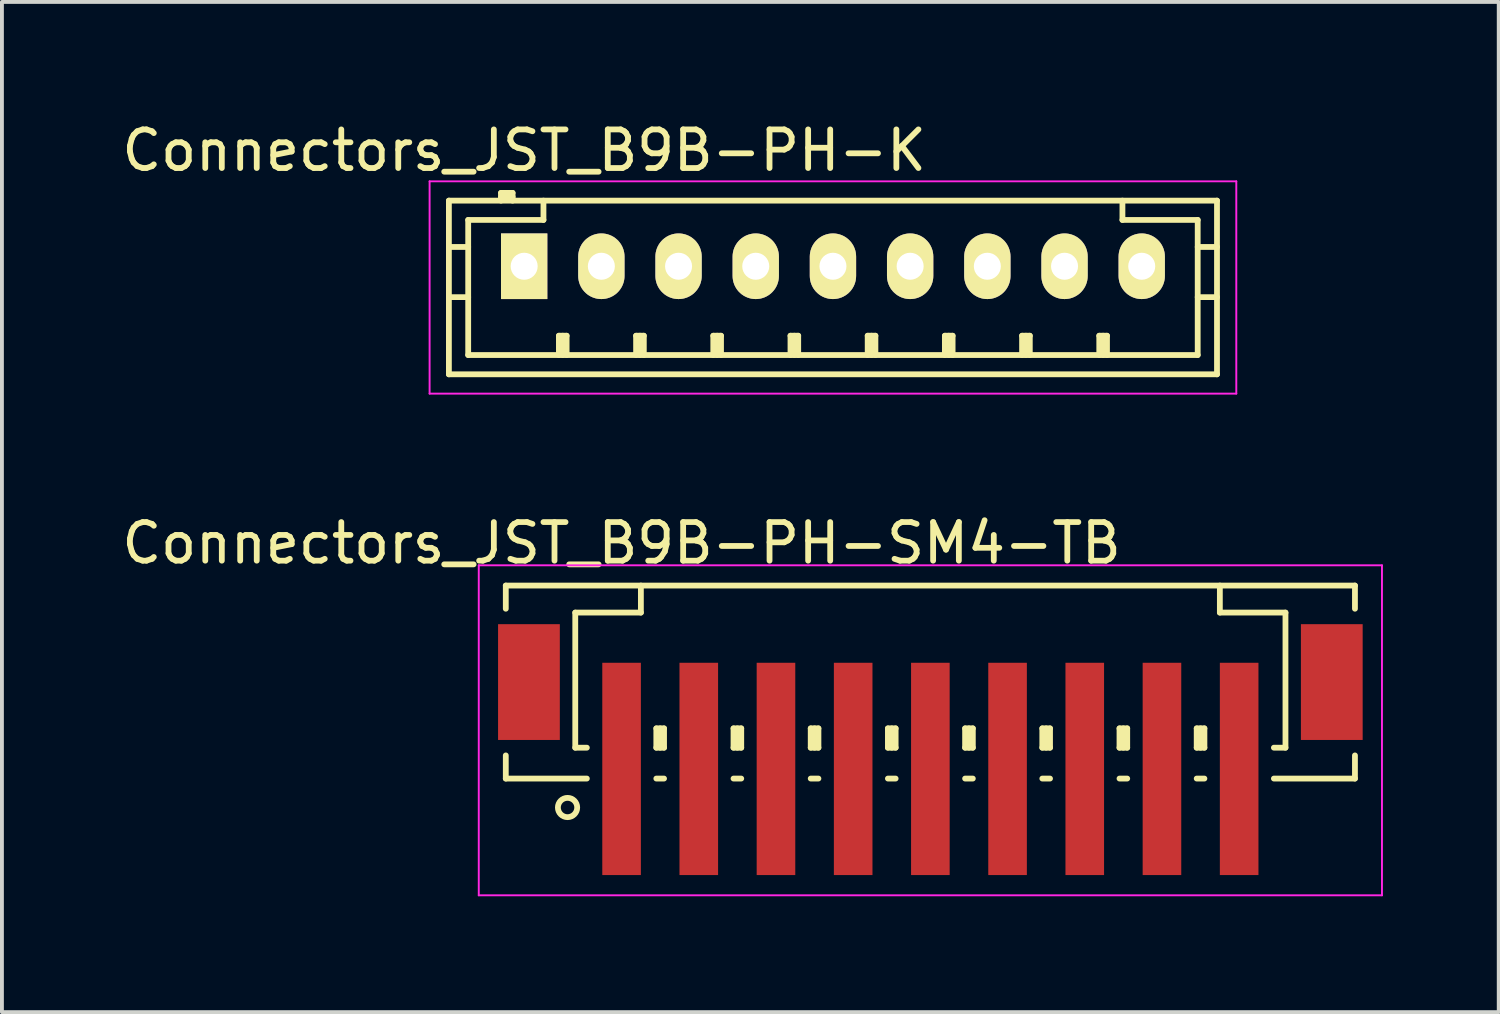
<source format=kicad_pcb>
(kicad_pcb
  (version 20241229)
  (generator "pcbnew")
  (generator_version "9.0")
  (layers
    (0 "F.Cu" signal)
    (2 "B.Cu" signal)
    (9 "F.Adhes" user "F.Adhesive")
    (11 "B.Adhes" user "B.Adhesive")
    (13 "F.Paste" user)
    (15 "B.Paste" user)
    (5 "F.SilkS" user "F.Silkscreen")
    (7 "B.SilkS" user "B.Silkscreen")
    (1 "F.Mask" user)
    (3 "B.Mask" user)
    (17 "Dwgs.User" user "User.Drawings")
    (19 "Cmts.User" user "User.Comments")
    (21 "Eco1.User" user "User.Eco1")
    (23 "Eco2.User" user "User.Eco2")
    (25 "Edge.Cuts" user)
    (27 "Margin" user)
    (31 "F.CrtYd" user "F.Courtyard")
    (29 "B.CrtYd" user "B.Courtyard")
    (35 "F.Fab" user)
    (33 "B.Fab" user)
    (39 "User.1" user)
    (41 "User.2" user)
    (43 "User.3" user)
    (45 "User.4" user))
  (footprint "Connectors_JST_B9B-PH-SM4-TB"
    (layer "F.Cu")
    (at 21.054 15.746)
    (property "Reference" "Connectors_JST_B9B-PH-SM4-TB" (at -8 -4.725 0) (layer "F.SilkS") (effects (font (size 1 1) (thickness 0.15))))
    (attr smd)
    (fp_line (start -11 -3.625) (end 11 -3.625) (stroke (width 0.15) (type solid)) (layer "F.SilkS"))
    (fp_line (start -11 -3.025) (end -11 -3.625) (stroke (width 0.15) (type solid)) (layer "F.SilkS"))
    (fp_line (start -11 0.775) (end -11 1.375) (stroke (width 0.15) (type solid)) (layer "F.SilkS"))
    (fp_line (start -11 1.375) (end -8.9 1.375) (stroke (width 0.15) (type solid)) (layer "F.SilkS"))
    (fp_line (start -9.2 -2.925) (end -9.2 0.575) (stroke (width 0.15) (type solid)) (layer "F.SilkS"))
    (fp_line (start -9.2 0.575) (end -8.9 0.575) (stroke (width 0.15) (type solid)) (layer "F.SilkS"))
    (fp_line (start -7.5 -3.625) (end -7.5 -2.925) (stroke (width 0.15) (type solid)) (layer "F.SilkS"))
    (fp_line (start -7.5 -2.925) (end -9.2 -2.925) (stroke (width 0.15) (type solid)) (layer "F.SilkS"))
    (fp_line (start -7.1 0.075) (end -6.9 0.075) (stroke (width 0.15) (type solid)) (layer "F.SilkS"))
    (fp_line (start -7.1 0.575) (end -7.1 0.075) (stroke (width 0.15) (type solid)) (layer "F.SilkS"))
    (fp_line (start -7.1 0.575) (end -6.9 0.575) (stroke (width 0.15) (type solid)) (layer "F.SilkS"))
    (fp_line (start -7.1 1.375) (end -6.9 1.375) (stroke (width 0.15) (type solid)) (layer "F.SilkS"))
    (fp_line (start -7 0.575) (end -7 0.075) (stroke (width 0.15) (type solid)) (layer "F.SilkS"))
    (fp_line (start -6.9 0.075) (end -6.9 0.575) (stroke (width 0.15) (type solid)) (layer "F.SilkS"))
    (fp_line (start -5.1 0.075) (end -4.9 0.075) (stroke (width 0.15) (type solid)) (layer "F.SilkS"))
    (fp_line (start -5.1 0.575) (end -5.1 0.075) (stroke (width 0.15) (type solid)) (layer "F.SilkS"))
    (fp_line (start -5.1 0.575) (end -4.9 0.575) (stroke (width 0.15) (type solid)) (layer "F.SilkS"))
    (fp_line (start -5.1 1.375) (end -4.9 1.375) (stroke (width 0.15) (type solid)) (layer "F.SilkS"))
    (fp_line (start -5 0.575) (end -5 0.075) (stroke (width 0.15) (type solid)) (layer "F.SilkS"))
    (fp_line (start -4.9 0.075) (end -4.9 0.575) (stroke (width 0.15) (type solid)) (layer "F.SilkS"))
    (fp_line (start -3.1 0.075) (end -2.9 0.075) (stroke (width 0.15) (type solid)) (layer "F.SilkS"))
    (fp_line (start -3.1 0.575) (end -3.1 0.075) (stroke (width 0.15) (type solid)) (layer "F.SilkS"))
    (fp_line (start -3.1 0.575) (end -2.9 0.575) (stroke (width 0.15) (type solid)) (layer "F.SilkS"))
    (fp_line (start -3.1 1.375) (end -2.9 1.375) (stroke (width 0.15) (type solid)) (layer "F.SilkS"))
    (fp_line (start -3 0.575) (end -3 0.075) (stroke (width 0.15) (type solid)) (layer "F.SilkS"))
    (fp_line (start -2.9 0.075) (end -2.9 0.575) (stroke (width 0.15) (type solid)) (layer "F.SilkS"))
    (fp_line (start -1.1 0.075) (end -0.9 0.075) (stroke (width 0.15) (type solid)) (layer "F.SilkS"))
    (fp_line (start -1.1 0.575) (end -1.1 0.075) (stroke (width 0.15) (type solid)) (layer "F.SilkS"))
    (fp_line (start -1.1 0.575) (end -0.9 0.575) (stroke (width 0.15) (type solid)) (layer "F.SilkS"))
    (fp_line (start -1.1 1.375) (end -0.9 1.375) (stroke (width 0.15) (type solid)) (layer "F.SilkS"))
    (fp_line (start -1 0.575) (end -1 0.075) (stroke (width 0.15) (type solid)) (layer "F.SilkS"))
    (fp_line (start -0.9 0.075) (end -0.9 0.575) (stroke (width 0.15) (type solid)) (layer "F.SilkS"))
    (fp_line (start 0.9 0.075) (end 1.1 0.075) (stroke (width 0.15) (type solid)) (layer "F.SilkS"))
    (fp_line (start 0.9 0.575) (end 0.9 0.075) (stroke (width 0.15) (type solid)) (layer "F.SilkS"))
    (fp_line (start 0.9 0.575) (end 1.1 0.575) (stroke (width 0.15) (type solid)) (layer "F.SilkS"))
    (fp_line (start 0.9 1.375) (end 1.1 1.375) (stroke (width 0.15) (type solid)) (layer "F.SilkS"))
    (fp_line (start 1 0.575) (end 1 0.075) (stroke (width 0.15) (type solid)) (layer "F.SilkS"))
    (fp_line (start 1.1 0.075) (end 1.1 0.575) (stroke (width 0.15) (type solid)) (layer "F.SilkS"))
    (fp_line (start 2.9 0.075) (end 3.1 0.075) (stroke (width 0.15) (type solid)) (layer "F.SilkS"))
    (fp_line (start 2.9 0.575) (end 2.9 0.075) (stroke (width 0.15) (type solid)) (layer "F.SilkS"))
    (fp_line (start 2.9 0.575) (end 3.1 0.575) (stroke (width 0.15) (type solid)) (layer "F.SilkS"))
    (fp_line (start 2.9 1.375) (end 3.1 1.375) (stroke (width 0.15) (type solid)) (layer "F.SilkS"))
    (fp_line (start 3 0.575) (end 3 0.075) (stroke (width 0.15) (type solid)) (layer "F.SilkS"))
    (fp_line (start 3.1 0.075) (end 3.1 0.575) (stroke (width 0.15) (type solid)) (layer "F.SilkS"))
    (fp_line (start 4.9 0.075) (end 5.1 0.075) (stroke (width 0.15) (type solid)) (layer "F.SilkS"))
    (fp_line (start 4.9 0.575) (end 4.9 0.075) (stroke (width 0.15) (type solid)) (layer "F.SilkS"))
    (fp_line (start 4.9 0.575) (end 5.1 0.575) (stroke (width 0.15) (type solid)) (layer "F.SilkS"))
    (fp_line (start 4.9 1.375) (end 5.1 1.375) (stroke (width 0.15) (type solid)) (layer "F.SilkS"))
    (fp_line (start 5 0.575) (end 5 0.075) (stroke (width 0.15) (type solid)) (layer "F.SilkS"))
    (fp_line (start 5.1 0.075) (end 5.1 0.575) (stroke (width 0.15) (type solid)) (layer "F.SilkS"))
    (fp_line (start 6.9 0.075) (end 7.1 0.075) (stroke (width 0.15) (type solid)) (layer "F.SilkS"))
    (fp_line (start 6.9 0.575) (end 6.9 0.075) (stroke (width 0.15) (type solid)) (layer "F.SilkS"))
    (fp_line (start 6.9 0.575) (end 7.1 0.575) (stroke (width 0.15) (type solid)) (layer "F.SilkS"))
    (fp_line (start 6.9 1.375) (end 7.1 1.375) (stroke (width 0.15) (type solid)) (layer "F.SilkS"))
    (fp_line (start 7 0.575) (end 7 0.075) (stroke (width 0.15) (type solid)) (layer "F.SilkS"))
    (fp_line (start 7.1 0.075) (end 7.1 0.575) (stroke (width 0.15) (type solid)) (layer "F.SilkS"))
    (fp_line (start 7.5 -3.625) (end 7.5 -2.925) (stroke (width 0.15) (type solid)) (layer "F.SilkS"))
    (fp_line (start 7.5 -2.925) (end 9.2 -2.925) (stroke (width 0.15) (type solid)) (layer "F.SilkS"))
    (fp_line (start 9.2 -2.925) (end 9.2 0.575) (stroke (width 0.15) (type solid)) (layer "F.SilkS"))
    (fp_line (start 9.2 0.575) (end 8.9 0.575) (stroke (width 0.15) (type solid)) (layer "F.SilkS"))
    (fp_line (start 11 -3.625) (end 11 -3.025) (stroke (width 0.15) (type solid)) (layer "F.SilkS"))
    (fp_line (start 11 0.775) (end 11 1.375) (stroke (width 0.15) (type solid)) (layer "F.SilkS"))
    (fp_line (start 11 1.375) (end 8.9 1.375) (stroke (width 0.15) (type solid)) (layer "F.SilkS"))
    (fp_circle (center -9.4 2.125) (end -9.15 2.125) (stroke (width 0.15) (type solid)) (fill no) (layer "F.SilkS"))
    (fp_line (start -11.7 -4.15) (end 11.7 -4.15) (stroke (width 0.05) (type solid)) (layer "F.CrtYd"))
    (fp_line (start -11.7 4.4) (end -11.7 -4.15) (stroke (width 0.05) (type solid)) (layer "F.CrtYd"))
    (fp_line (start 11.7 -4.15) (end 11.7 4.4) (stroke (width 0.05) (type solid)) (layer "F.CrtYd"))
    (fp_line (start 11.7 4.4) (end -11.7 4.4) (stroke (width 0.05) (type solid)) (layer "F.CrtYd"))
    (pad "" smd rect (at -10.4 -1.125) (size 1.6 3) (layers "F.Cu" "F.Mask" "F.Paste"))
    (pad "" smd rect (at 10.4 -1.125) (size 1.6 3) (layers "F.Cu" "F.Mask" "F.Paste"))
    (pad "1" smd rect (at -8 1.125) (size 1 5.5) (layers "F.Cu" "F.Mask" "F.Paste"))
    (pad "2" smd rect (at -6 1.125) (size 1 5.5) (layers "F.Cu" "F.Mask" "F.Paste"))
    (pad "3" smd rect (at -4 1.125) (size 1 5.5) (layers "F.Cu" "F.Mask" "F.Paste"))
    (pad "4" smd rect (at -2 1.125) (size 1 5.5) (layers "F.Cu" "F.Mask" "F.Paste"))
    (pad "5" smd rect (at 0 1.125) (size 1 5.5) (layers "F.Cu" "F.Mask" "F.Paste"))
    (pad "6" smd rect (at 2 1.125) (size 1 5.5) (layers "F.Cu" "F.Mask" "F.Paste"))
    (pad "7" smd rect (at 4 1.125) (size 1 5.5) (layers "F.Cu" "F.Mask" "F.Paste"))
    (pad "8" smd rect (at 6 1.125) (size 1 5.5) (layers "F.Cu" "F.Mask" "F.Paste"))
    (pad "9" smd rect (at 8 1.125) (size 1 5.5) (layers "F.Cu" "F.Mask" "F.Paste")))
  (footprint "Connectors_JST_B9B-PH-K"
    (layer "F.Cu")
    (at 10.53 3.848)
    (property "Reference" "Connectors_JST_B9B-PH-K" (at 0 -3 0) (layer "F.SilkS") (effects (font (size 1 1) (thickness 0.15))))
    (attr through_hole)
    (fp_line (start -1.95 -1.7) (end 17.95 -1.7) (stroke (width 0.15) (type solid)) (layer "F.SilkS"))
    (fp_line (start -1.95 -0.5) (end -1.45 -0.5) (stroke (width 0.15) (type solid)) (layer "F.SilkS"))
    (fp_line (start -1.95 0.8) (end -1.45 0.8) (stroke (width 0.15) (type solid)) (layer "F.SilkS"))
    (fp_line (start -1.95 2.8) (end -1.95 -1.7) (stroke (width 0.15) (type solid)) (layer "F.SilkS"))
    (fp_line (start -1.45 -1.2) (end -1.45 2.3) (stroke (width 0.15) (type solid)) (layer "F.SilkS"))
    (fp_line (start -1.45 2.3) (end 17.45 2.3) (stroke (width 0.15) (type solid)) (layer "F.SilkS"))
    (fp_line (start -0.6 -1.9) (end -0.6 -1.7) (stroke (width 0.15) (type solid)) (layer "F.SilkS"))
    (fp_line (start -0.3 -1.9) (end -0.6 -1.9) (stroke (width 0.15) (type solid)) (layer "F.SilkS"))
    (fp_line (start -0.3 -1.8) (end -0.6 -1.8) (stroke (width 0.15) (type solid)) (layer "F.SilkS"))
    (fp_line (start -0.3 -1.7) (end -0.3 -1.9) (stroke (width 0.15) (type solid)) (layer "F.SilkS"))
    (fp_line (start 0.5 -1.7) (end 0.5 -1.2) (stroke (width 0.15) (type solid)) (layer "F.SilkS"))
    (fp_line (start 0.5 -1.2) (end -1.45 -1.2) (stroke (width 0.15) (type solid)) (layer "F.SilkS"))
    (fp_line (start 0.9 1.8) (end 1.1 1.8) (stroke (width 0.15) (type solid)) (layer "F.SilkS"))
    (fp_line (start 0.9 2.3) (end 0.9 1.8) (stroke (width 0.15) (type solid)) (layer "F.SilkS"))
    (fp_line (start 1 2.3) (end 1 1.8) (stroke (width 0.15) (type solid)) (layer "F.SilkS"))
    (fp_line (start 1.1 1.8) (end 1.1 2.3) (stroke (width 0.15) (type solid)) (layer "F.SilkS"))
    (fp_line (start 2.9 1.8) (end 3.1 1.8) (stroke (width 0.15) (type solid)) (layer "F.SilkS"))
    (fp_line (start 2.9 2.3) (end 2.9 1.8) (stroke (width 0.15) (type solid)) (layer "F.SilkS"))
    (fp_line (start 3 2.3) (end 3 1.8) (stroke (width 0.15) (type solid)) (layer "F.SilkS"))
    (fp_line (start 3.1 1.8) (end 3.1 2.3) (stroke (width 0.15) (type solid)) (layer "F.SilkS"))
    (fp_line (start 4.9 1.8) (end 5.1 1.8) (stroke (width 0.15) (type solid)) (layer "F.SilkS"))
    (fp_line (start 4.9 2.3) (end 4.9 1.8) (stroke (width 0.15) (type solid)) (layer "F.SilkS"))
    (fp_line (start 5 2.3) (end 5 1.8) (stroke (width 0.15) (type solid)) (layer "F.SilkS"))
    (fp_line (start 5.1 1.8) (end 5.1 2.3) (stroke (width 0.15) (type solid)) (layer "F.SilkS"))
    (fp_line (start 6.9 1.8) (end 7.1 1.8) (stroke (width 0.15) (type solid)) (layer "F.SilkS"))
    (fp_line (start 6.9 2.3) (end 6.9 1.8) (stroke (width 0.15) (type solid)) (layer "F.SilkS"))
    (fp_line (start 7 2.3) (end 7 1.8) (stroke (width 0.15) (type solid)) (layer "F.SilkS"))
    (fp_line (start 7.1 1.8) (end 7.1 2.3) (stroke (width 0.15) (type solid)) (layer "F.SilkS"))
    (fp_line (start 8.9 1.8) (end 9.1 1.8) (stroke (width 0.15) (type solid)) (layer "F.SilkS"))
    (fp_line (start 8.9 2.3) (end 8.9 1.8) (stroke (width 0.15) (type solid)) (layer "F.SilkS"))
    (fp_line (start 9 2.3) (end 9 1.8) (stroke (width 0.15) (type solid)) (layer "F.SilkS"))
    (fp_line (start 9.1 1.8) (end 9.1 2.3) (stroke (width 0.15) (type solid)) (layer "F.SilkS"))
    (fp_line (start 10.9 1.8) (end 11.1 1.8) (stroke (width 0.15) (type solid)) (layer "F.SilkS"))
    (fp_line (start 10.9 2.3) (end 10.9 1.8) (stroke (width 0.15) (type solid)) (layer "F.SilkS"))
    (fp_line (start 11 2.3) (end 11 1.8) (stroke (width 0.15) (type solid)) (layer "F.SilkS"))
    (fp_line (start 11.1 1.8) (end 11.1 2.3) (stroke (width 0.15) (type solid)) (layer "F.SilkS"))
    (fp_line (start 12.9 1.8) (end 13.1 1.8) (stroke (width 0.15) (type solid)) (layer "F.SilkS"))
    (fp_line (start 12.9 2.3) (end 12.9 1.8) (stroke (width 0.15) (type solid)) (layer "F.SilkS"))
    (fp_line (start 13 2.3) (end 13 1.8) (stroke (width 0.15) (type solid)) (layer "F.SilkS"))
    (fp_line (start 13.1 1.8) (end 13.1 2.3) (stroke (width 0.15) (type solid)) (layer "F.SilkS"))
    (fp_line (start 14.9 1.8) (end 15.1 1.8) (stroke (width 0.15) (type solid)) (layer "F.SilkS"))
    (fp_line (start 14.9 2.3) (end 14.9 1.8) (stroke (width 0.15) (type solid)) (layer "F.SilkS"))
    (fp_line (start 15 2.3) (end 15 1.8) (stroke (width 0.15) (type solid)) (layer "F.SilkS"))
    (fp_line (start 15.1 1.8) (end 15.1 2.3) (stroke (width 0.15) (type solid)) (layer "F.SilkS"))
    (fp_line (start 15.5 -1.2) (end 15.5 -1.7) (stroke (width 0.15) (type solid)) (layer "F.SilkS"))
    (fp_line (start 17.45 -1.2) (end 15.5 -1.2) (stroke (width 0.15) (type solid)) (layer "F.SilkS"))
    (fp_line (start 17.45 -0.5) (end 17.95 -0.5) (stroke (width 0.15) (type solid)) (layer "F.SilkS"))
    (fp_line (start 17.45 0.8) (end 17.95 0.8) (stroke (width 0.15) (type solid)) (layer "F.SilkS"))
    (fp_line (start 17.45 2.3) (end 17.45 -1.2) (stroke (width 0.15) (type solid)) (layer "F.SilkS"))
    (fp_line (start 17.95 -1.7) (end 17.95 2.8) (stroke (width 0.15) (type solid)) (layer "F.SilkS"))
    (fp_line (start 17.95 2.8) (end -1.95 2.8) (stroke (width 0.15) (type solid)) (layer "F.SilkS"))
    (fp_line (start -2.45 -2.2) (end 18.45 -2.2) (stroke (width 0.05) (type solid)) (layer "F.CrtYd"))
    (fp_line (start -2.45 3.3) (end -2.45 -2.2) (stroke (width 0.05) (type solid)) (layer "F.CrtYd"))
    (fp_line (start 18.45 -2.2) (end 18.45 3.3) (stroke (width 0.05) (type solid)) (layer "F.CrtYd"))
    (fp_line (start 18.45 3.3) (end -2.45 3.3) (stroke (width 0.05) (type solid)) (layer "F.CrtYd"))
    (pad "1" thru_hole rect (at 0 0) (size 1.2 1.7) (drill 0.7) (layers "*.Cu" "*.Mask" "F.SilkS"))
    (pad "2" thru_hole oval (at 2 0) (size 1.2 1.7) (drill 0.7) (layers "*.Cu" "*.Mask" "F.SilkS"))
    (pad "3" thru_hole oval (at 4 0) (size 1.2 1.7) (drill 0.7) (layers "*.Cu" "*.Mask" "F.SilkS"))
    (pad "4" thru_hole oval (at 6 0) (size 1.2 1.7) (drill 0.7) (layers "*.Cu" "*.Mask" "F.SilkS"))
    (pad "5" thru_hole oval (at 8 0) (size 1.2 1.7) (drill 0.7) (layers "*.Cu" "*.Mask" "F.SilkS"))
    (pad "6" thru_hole oval (at 10 0) (size 1.2 1.7) (drill 0.7) (layers "*.Cu" "*.Mask" "F.SilkS"))
    (pad "7" thru_hole oval (at 12 0) (size 1.2 1.7) (drill 0.7) (layers "*.Cu" "*.Mask" "F.SilkS"))
    (pad "8" thru_hole oval (at 14 0) (size 1.2 1.7) (drill 0.7) (layers "*.Cu" "*.Mask" "F.SilkS"))
    (pad "9" thru_hole oval (at 16 0) (size 1.2 1.7) (drill 0.7) (layers "*.Cu" "*.Mask" "F.SilkS")))
  (gr_rect
    (start -3 -3)
    (end 35.779 23.172)
    (stroke (width 0.1) (type default))
    (fill no)
    (layer "Edge.Cuts")))
</source>
